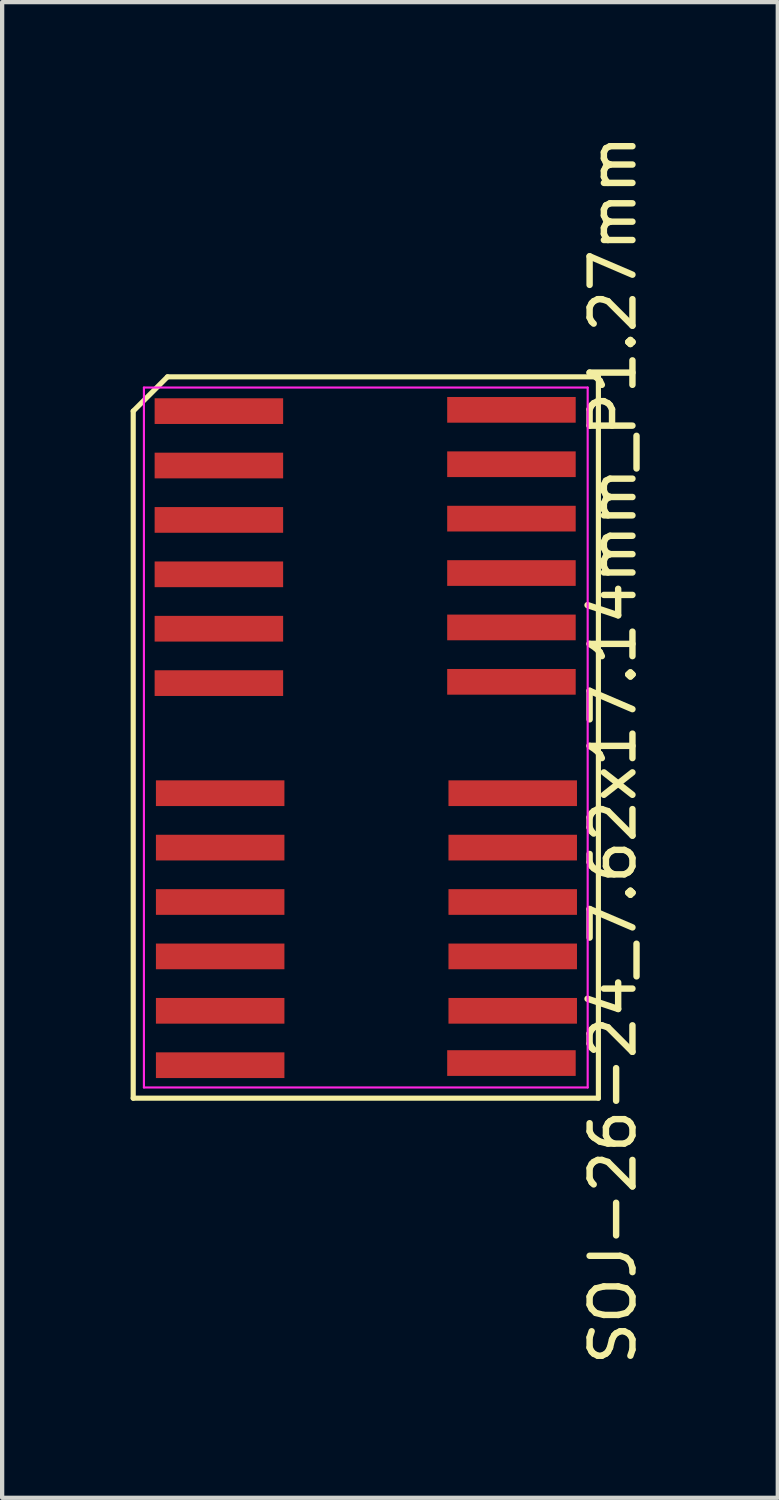
<source format=kicad_pcb>
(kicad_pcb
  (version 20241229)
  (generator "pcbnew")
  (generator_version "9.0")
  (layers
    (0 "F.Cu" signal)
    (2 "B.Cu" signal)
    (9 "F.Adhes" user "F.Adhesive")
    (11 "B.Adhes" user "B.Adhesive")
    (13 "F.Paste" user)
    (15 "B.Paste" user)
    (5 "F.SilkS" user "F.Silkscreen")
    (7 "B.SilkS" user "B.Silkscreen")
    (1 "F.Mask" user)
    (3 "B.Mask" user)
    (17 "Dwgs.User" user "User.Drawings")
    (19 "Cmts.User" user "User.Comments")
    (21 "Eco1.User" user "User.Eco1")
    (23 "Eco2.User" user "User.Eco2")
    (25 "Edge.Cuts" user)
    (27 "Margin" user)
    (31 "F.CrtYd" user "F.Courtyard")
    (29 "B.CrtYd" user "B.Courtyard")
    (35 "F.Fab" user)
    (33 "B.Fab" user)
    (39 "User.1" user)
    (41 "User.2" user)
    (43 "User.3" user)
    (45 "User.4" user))
  (footprint "SOJ-26-24_7.62x17.14mm_P1.27mm"
    (layer "F.Cu")
    (at 5.59 14.068)
    (property "Reference" "SOJ-26-24_7.62x17.14mm_P1.27mm" (at 5.67 0.39 90) (layer "F.SilkS") (effects (font (size 1 1) (thickness 0.15))))
    (attr smd)
    (fp_line (start -5.53 -7.52) (end -4.73 -8.32) (stroke (width 0.12) (type solid)) (layer "F.SilkS"))
    (fp_line (start -5.53 8.52) (end -5.53 -7.52) (stroke (width 0.12) (type solid)) (layer "F.SilkS"))
    (fp_line (start -4.73 -8.32) (end 5.33 -8.32) (stroke (width 0.12) (type solid)) (layer "F.SilkS"))
    (fp_line (start 5.33 -8.32) (end 5.33 8.52) (stroke (width 0.12) (type solid)) (layer "F.SilkS"))
    (fp_line (start 5.33 8.52) (end -5.53 8.52) (stroke (width 0.12) (type solid)) (layer "F.SilkS"))
    (fp_line (start -5.28 -8.07) (end 5.08 -8.07) (stroke (width 0.05) (type solid)) (layer "F.CrtYd"))
    (fp_line (start -5.28 8.27) (end -5.28 -8.07) (stroke (width 0.05) (type solid)) (layer "F.CrtYd"))
    (fp_line (start 5.08 -8.07) (end 5.08 8.27) (stroke (width 0.05) (type solid)) (layer "F.CrtYd"))
    (fp_line (start 5.08 8.27) (end -5.28 8.27) (stroke (width 0.05) (type solid)) (layer "F.CrtYd"))
    (pad "1" smd rect (at -3.53 -7.52 270) (size 0.6 3) (layers "F.Cu" "F.Mask" "F.Paste"))
    (pad "2" smd rect (at -3.53 -6.25 270) (size 0.6 3) (layers "F.Cu" "F.Mask" "F.Paste"))
    (pad "3" smd rect (at -3.53 -4.98 270) (size 0.6 3) (layers "F.Cu" "F.Mask" "F.Paste"))
    (pad "4" smd rect (at -3.53 -3.71 270) (size 0.6 3) (layers "F.Cu" "F.Mask" "F.Paste"))
    (pad "5" smd rect (at -3.53 -2.44 270) (size 0.6 3) (layers "F.Cu" "F.Mask" "F.Paste"))
    (pad "6" smd rect (at -3.53 -1.17 270) (size 0.6 3) (layers "F.Cu" "F.Mask" "F.Paste"))
    (pad "7" smd rect (at -3.5 1.4 270) (size 0.6 3) (layers "F.Cu" "F.Mask" "F.Paste"))
    (pad "8" smd rect (at -3.5 2.67 270) (size 0.6 3) (layers "F.Cu" "F.Mask" "F.Paste"))
    (pad "9" smd rect (at -3.5 3.94 270) (size 0.6 3) (layers "F.Cu" "F.Mask" "F.Paste"))
    (pad "10" smd rect (at -3.5 5.21 270) (size 0.6 3) (layers "F.Cu" "F.Mask" "F.Paste"))
    (pad "11" smd rect (at -3.5 6.48 270) (size 0.6 3) (layers "F.Cu" "F.Mask" "F.Paste"))
    (pad "12" smd rect (at -3.5 7.75 270) (size 0.6 3) (layers "F.Cu" "F.Mask" "F.Paste"))
    (pad "13" smd rect (at 3.3 7.7 270) (size 0.6 3) (layers "F.Cu" "F.Mask" "F.Paste"))
    (pad "14" smd rect (at 3.33 6.48 270) (size 0.6 3) (layers "F.Cu" "F.Mask" "F.Paste"))
    (pad "15" smd rect (at 3.33 5.21 270) (size 0.6 3) (layers "F.Cu" "F.Mask" "F.Paste"))
    (pad "16" smd rect (at 3.33 3.94 270) (size 0.6 3) (layers "F.Cu" "F.Mask" "F.Paste"))
    (pad "17" smd rect (at 3.33 2.67 270) (size 0.6 3) (layers "F.Cu" "F.Mask" "F.Paste"))
    (pad "18" smd rect (at 3.33 1.4 270) (size 0.6 3) (layers "F.Cu" "F.Mask" "F.Paste"))
    (pad "19" smd rect (at 3.3 -1.2 270) (size 0.6 3) (layers "F.Cu" "F.Mask" "F.Paste"))
    (pad "20" smd rect (at 3.3 -2.47 270) (size 0.6 3) (layers "F.Cu" "F.Mask" "F.Paste"))
    (pad "21" smd rect (at 3.3 -3.74 270) (size 0.6 3) (layers "F.Cu" "F.Mask" "F.Paste"))
    (pad "22" smd rect (at 3.3 -5.01 270) (size 0.6 3) (layers "F.Cu" "F.Mask" "F.Paste"))
    (pad "23" smd rect (at 3.3 -6.28 270) (size 0.6 3) (layers "F.Cu" "F.Mask" "F.Paste"))
    (pad "24" smd rect (at 3.3 -7.55 270) (size 0.6 3) (layers "F.Cu" "F.Mask" "F.Paste")))
  (gr_rect
    (start -3 -3)
    (end 15.108 31.917)
    (stroke (width 0.1) (type default))
    (fill no)
    (layer "Edge.Cuts")))
</source>
